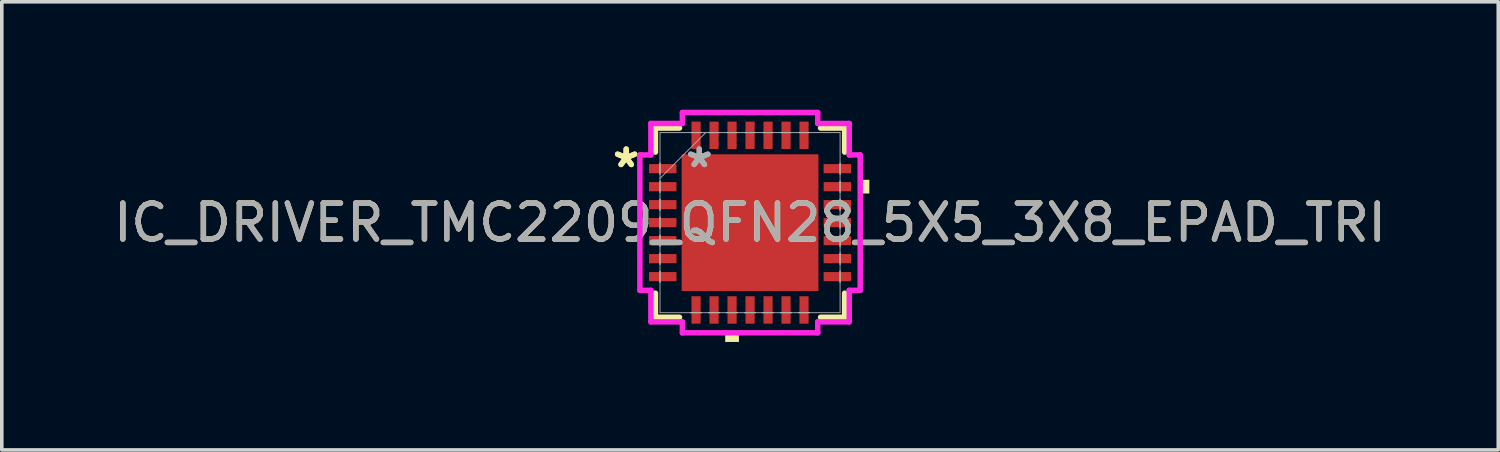
<source format=kicad_pcb>
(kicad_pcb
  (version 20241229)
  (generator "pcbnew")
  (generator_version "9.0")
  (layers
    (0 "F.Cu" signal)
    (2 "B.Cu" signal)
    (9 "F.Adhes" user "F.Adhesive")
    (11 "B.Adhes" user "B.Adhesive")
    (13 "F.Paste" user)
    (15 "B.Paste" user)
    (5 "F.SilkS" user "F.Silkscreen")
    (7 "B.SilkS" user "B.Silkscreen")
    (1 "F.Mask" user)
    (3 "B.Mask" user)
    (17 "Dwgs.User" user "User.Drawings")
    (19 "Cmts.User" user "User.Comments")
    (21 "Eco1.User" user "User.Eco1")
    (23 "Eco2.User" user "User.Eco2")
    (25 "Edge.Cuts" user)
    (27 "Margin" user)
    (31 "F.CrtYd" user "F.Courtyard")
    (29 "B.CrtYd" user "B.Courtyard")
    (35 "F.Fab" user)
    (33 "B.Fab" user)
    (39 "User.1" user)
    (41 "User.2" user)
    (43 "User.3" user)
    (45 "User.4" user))
  (footprint "IC_DRIVER_TMC2209_QFN28_5X5_3X8_EPAD_TRI"
    (layer "F.Cu")
    (at 17.792 3.137)
    (property "Reference" "IC_DRIVER_TMC2209_QFN28_5X5_3X8_EPAD_TRI" (at 0 0 0) (unlocked yes) (layer "F.SilkS") (effects (font (size 1 1) (thickness 0.15))))
    (attr smd)
    (fp_line (start -2.629 -2.629) (end -2.629 -1.96) (stroke (width 0.152) (type solid)) (layer "F.SilkS"))
    (fp_line (start -2.629 1.96) (end -2.629 2.629) (stroke (width 0.152) (type solid)) (layer "F.SilkS"))
    (fp_line (start -2.629 2.629) (end -1.96 2.629) (stroke (width 0.152) (type solid)) (layer "F.SilkS"))
    (fp_line (start -1.96 -2.629) (end -2.629 -2.629) (stroke (width 0.152) (type solid)) (layer "F.SilkS"))
    (fp_line (start 1.96 2.629) (end 2.629 2.629) (stroke (width 0.152) (type solid)) (layer "F.SilkS"))
    (fp_line (start 2.629 -2.629) (end 1.96 -2.629) (stroke (width 0.152) (type solid)) (layer "F.SilkS"))
    (fp_line (start 2.629 -1.96) (end 2.629 -2.629) (stroke (width 0.152) (type solid)) (layer "F.SilkS"))
    (fp_line (start 2.629 2.629) (end 2.629 1.96) (stroke (width 0.152) (type solid)) (layer "F.SilkS"))
    (fp_poly (pts (xy -0.69 3.061) (xy -0.69 3.315) (xy -0.309 3.315) (xy -0.309 3.061)) (stroke (width 0) (type solid)) (fill yes) (layer "F.SilkS"))
    (fp_poly (pts (xy 3.315 -1.191) (xy 3.315 -0.81) (xy 3.061 -0.81) (xy 3.061 -1.191)) (stroke (width 0) (type solid)) (fill yes) (layer "F.SilkS"))
    (fp_line (start -3.061 -1.881) (end -2.756 -1.881) (stroke (width 0.152) (type solid)) (layer "F.CrtYd"))
    (fp_line (start -3.061 1.881) (end -3.061 -1.881) (stroke (width 0.152) (type solid)) (layer "F.CrtYd"))
    (fp_line (start -2.756 -2.756) (end -1.881 -2.756) (stroke (width 0.152) (type solid)) (layer "F.CrtYd"))
    (fp_line (start -2.756 -1.881) (end -2.756 -2.756) (stroke (width 0.152) (type solid)) (layer "F.CrtYd"))
    (fp_line (start -2.756 1.881) (end -3.061 1.881) (stroke (width 0.152) (type solid)) (layer "F.CrtYd"))
    (fp_line (start -2.756 2.756) (end -2.756 1.881) (stroke (width 0.152) (type solid)) (layer "F.CrtYd"))
    (fp_line (start -1.881 -3.061) (end 1.881 -3.061) (stroke (width 0.152) (type solid)) (layer "F.CrtYd"))
    (fp_line (start -1.881 -2.756) (end -1.881 -3.061) (stroke (width 0.152) (type solid)) (layer "F.CrtYd"))
    (fp_line (start -1.881 2.756) (end -2.756 2.756) (stroke (width 0.152) (type solid)) (layer "F.CrtYd"))
    (fp_line (start -1.881 3.061) (end -1.881 2.756) (stroke (width 0.152) (type solid)) (layer "F.CrtYd"))
    (fp_line (start 1.881 -3.061) (end 1.881 -2.756) (stroke (width 0.152) (type solid)) (layer "F.CrtYd"))
    (fp_line (start 1.881 -2.756) (end 2.756 -2.756) (stroke (width 0.152) (type solid)) (layer "F.CrtYd"))
    (fp_line (start 1.881 2.756) (end 1.881 3.061) (stroke (width 0.152) (type solid)) (layer "F.CrtYd"))
    (fp_line (start 1.881 3.061) (end -1.881 3.061) (stroke (width 0.152) (type solid)) (layer "F.CrtYd"))
    (fp_line (start 2.756 -2.756) (end 2.756 -1.881) (stroke (width 0.152) (type solid)) (layer "F.CrtYd"))
    (fp_line (start 2.756 -1.881) (end 3.061 -1.881) (stroke (width 0.152) (type solid)) (layer "F.CrtYd"))
    (fp_line (start 2.756 1.881) (end 2.756 2.756) (stroke (width 0.152) (type solid)) (layer "F.CrtYd"))
    (fp_line (start 2.756 2.756) (end 1.881 2.756) (stroke (width 0.152) (type solid)) (layer "F.CrtYd"))
    (fp_line (start 3.061 -1.881) (end 3.061 1.881) (stroke (width 0.152) (type solid)) (layer "F.CrtYd"))
    (fp_line (start 3.061 1.881) (end 2.756 1.881) (stroke (width 0.152) (type solid)) (layer "F.CrtYd"))
    (fp_line (start -2.502 -2.502) (end -2.502 2.502) (stroke (width 0.025) (type solid)) (layer "F.Fab"))
    (fp_line (start -2.502 -1.652) (end -2.502 -1.652) (stroke (width 0.025) (type solid)) (layer "F.Fab"))
    (fp_line (start -2.502 -1.652) (end -2.502 -1.348) (stroke (width 0.025) (type solid)) (layer "F.Fab"))
    (fp_line (start -2.502 -1.348) (end -2.502 -1.652) (stroke (width 0.025) (type solid)) (layer "F.Fab"))
    (fp_line (start -2.502 -1.348) (end -2.502 -1.348) (stroke (width 0.025) (type solid)) (layer "F.Fab"))
    (fp_line (start -2.502 -1.232) (end -1.232 -2.502) (stroke (width 0.025) (type solid)) (layer "F.Fab"))
    (fp_line (start -2.502 -1.152) (end -2.502 -1.152) (stroke (width 0.025) (type solid)) (layer "F.Fab"))
    (fp_line (start -2.502 -1.152) (end -2.502 -0.848) (stroke (width 0.025) (type solid)) (layer "F.Fab"))
    (fp_line (start -2.502 -0.848) (end -2.502 -1.152) (stroke (width 0.025) (type solid)) (layer "F.Fab"))
    (fp_line (start -2.502 -0.848) (end -2.502 -0.848) (stroke (width 0.025) (type solid)) (layer "F.Fab"))
    (fp_line (start -2.502 -0.652) (end -2.502 -0.652) (stroke (width 0.025) (type solid)) (layer "F.Fab"))
    (fp_line (start -2.502 -0.652) (end -2.502 -0.348) (stroke (width 0.025) (type solid)) (layer "F.Fab"))
    (fp_line (start -2.502 -0.348) (end -2.502 -0.652) (stroke (width 0.025) (type solid)) (layer "F.Fab"))
    (fp_line (start -2.502 -0.348) (end -2.502 -0.348) (stroke (width 0.025) (type solid)) (layer "F.Fab"))
    (fp_line (start -2.502 -0.152) (end -2.502 -0.152) (stroke (width 0.025) (type solid)) (layer "F.Fab"))
    (fp_line (start -2.502 -0.152) (end -2.502 0.152) (stroke (width 0.025) (type solid)) (layer "F.Fab"))
    (fp_line (start -2.502 0.152) (end -2.502 -0.152) (stroke (width 0.025) (type solid)) (layer "F.Fab"))
    (fp_line (start -2.502 0.152) (end -2.502 0.152) (stroke (width 0.025) (type solid)) (layer "F.Fab"))
    (fp_line (start -2.502 0.348) (end -2.502 0.348) (stroke (width 0.025) (type solid)) (layer "F.Fab"))
    (fp_line (start -2.502 0.348) (end -2.502 0.652) (stroke (width 0.025) (type solid)) (layer "F.Fab"))
    (fp_line (start -2.502 0.652) (end -2.502 0.348) (stroke (width 0.025) (type solid)) (layer "F.Fab"))
    (fp_line (start -2.502 0.652) (end -2.502 0.652) (stroke (width 0.025) (type solid)) (layer "F.Fab"))
    (fp_line (start -2.502 0.848) (end -2.502 0.848) (stroke (width 0.025) (type solid)) (layer "F.Fab"))
    (fp_line (start -2.502 0.848) (end -2.502 1.152) (stroke (width 0.025) (type solid)) (layer "F.Fab"))
    (fp_line (start -2.502 1.152) (end -2.502 0.848) (stroke (width 0.025) (type solid)) (layer "F.Fab"))
    (fp_line (start -2.502 1.152) (end -2.502 1.152) (stroke (width 0.025) (type solid)) (layer "F.Fab"))
    (fp_line (start -2.502 1.348) (end -2.502 1.348) (stroke (width 0.025) (type solid)) (layer "F.Fab"))
    (fp_line (start -2.502 1.348) (end -2.502 1.652) (stroke (width 0.025) (type solid)) (layer "F.Fab"))
    (fp_line (start -2.502 1.652) (end -2.502 1.348) (stroke (width 0.025) (type solid)) (layer "F.Fab"))
    (fp_line (start -2.502 1.652) (end -2.502 1.652) (stroke (width 0.025) (type solid)) (layer "F.Fab"))
    (fp_line (start -2.502 2.502) (end 2.502 2.502) (stroke (width 0.025) (type solid)) (layer "F.Fab"))
    (fp_line (start -1.652 -2.502) (end -1.652 -2.502) (stroke (width 0.025) (type solid)) (layer "F.Fab"))
    (fp_line (start -1.652 -2.502) (end -1.348 -2.502) (stroke (width 0.025) (type solid)) (layer "F.Fab"))
    (fp_line (start -1.652 2.502) (end -1.652 2.502) (stroke (width 0.025) (type solid)) (layer "F.Fab"))
    (fp_line (start -1.652 2.502) (end -1.348 2.502) (stroke (width 0.025) (type solid)) (layer "F.Fab"))
    (fp_line (start -1.348 -2.502) (end -1.652 -2.502) (stroke (width 0.025) (type solid)) (layer "F.Fab"))
    (fp_line (start -1.348 -2.502) (end -1.348 -2.502) (stroke (width 0.025) (type solid)) (layer "F.Fab"))
    (fp_line (start -1.348 2.502) (end -1.652 2.502) (stroke (width 0.025) (type solid)) (layer "F.Fab"))
    (fp_line (start -1.348 2.502) (end -1.348 2.502) (stroke (width 0.025) (type solid)) (layer "F.Fab"))
    (fp_line (start -1.152 -2.502) (end -1.152 -2.502) (stroke (width 0.025) (type solid)) (layer "F.Fab"))
    (fp_line (start -1.152 -2.502) (end -0.848 -2.502) (stroke (width 0.025) (type solid)) (layer "F.Fab"))
    (fp_line (start -1.152 2.502) (end -1.152 2.502) (stroke (width 0.025) (type solid)) (layer "F.Fab"))
    (fp_line (start -1.152 2.502) (end -0.848 2.502) (stroke (width 0.025) (type solid)) (layer "F.Fab"))
    (fp_line (start -0.848 -2.502) (end -1.152 -2.502) (stroke (width 0.025) (type solid)) (layer "F.Fab"))
    (fp_line (start -0.848 -2.502) (end -0.848 -2.502) (stroke (width 0.025) (type solid)) (layer "F.Fab"))
    (fp_line (start -0.848 2.502) (end -1.152 2.502) (stroke (width 0.025) (type solid)) (layer "F.Fab"))
    (fp_line (start -0.848 2.502) (end -0.848 2.502) (stroke (width 0.025) (type solid)) (layer "F.Fab"))
    (fp_line (start -0.652 -2.502) (end -0.652 -2.502) (stroke (width 0.025) (type solid)) (layer "F.Fab"))
    (fp_line (start -0.652 -2.502) (end -0.348 -2.502) (stroke (width 0.025) (type solid)) (layer "F.Fab"))
    (fp_line (start -0.652 2.502) (end -0.652 2.502) (stroke (width 0.025) (type solid)) (layer "F.Fab"))
    (fp_line (start -0.652 2.502) (end -0.348 2.502) (stroke (width 0.025) (type solid)) (layer "F.Fab"))
    (fp_line (start -0.348 -2.502) (end -0.652 -2.502) (stroke (width 0.025) (type solid)) (layer "F.Fab"))
    (fp_line (start -0.348 -2.502) (end -0.348 -2.502) (stroke (width 0.025) (type solid)) (layer "F.Fab"))
    (fp_line (start -0.348 2.502) (end -0.652 2.502) (stroke (width 0.025) (type solid)) (layer "F.Fab"))
    (fp_line (start -0.348 2.502) (end -0.348 2.502) (stroke (width 0.025) (type solid)) (layer "F.Fab"))
    (fp_line (start -0.152 -2.502) (end -0.152 -2.502) (stroke (width 0.025) (type solid)) (layer "F.Fab"))
    (fp_line (start -0.152 -2.502) (end 0.152 -2.502) (stroke (width 0.025) (type solid)) (layer "F.Fab"))
    (fp_line (start -0.152 2.502) (end -0.152 2.502) (stroke (width 0.025) (type solid)) (layer "F.Fab"))
    (fp_line (start -0.152 2.502) (end 0.152 2.502) (stroke (width 0.025) (type solid)) (layer "F.Fab"))
    (fp_line (start 0.152 -2.502) (end -0.152 -2.502) (stroke (width 0.025) (type solid)) (layer "F.Fab"))
    (fp_line (start 0.152 -2.502) (end 0.152 -2.502) (stroke (width 0.025) (type solid)) (layer "F.Fab"))
    (fp_line (start 0.152 2.502) (end -0.152 2.502) (stroke (width 0.025) (type solid)) (layer "F.Fab"))
    (fp_line (start 0.152 2.502) (end 0.152 2.502) (stroke (width 0.025) (type solid)) (layer "F.Fab"))
    (fp_line (start 0.348 -2.502) (end 0.348 -2.502) (stroke (width 0.025) (type solid)) (layer "F.Fab"))
    (fp_line (start 0.348 -2.502) (end 0.652 -2.502) (stroke (width 0.025) (type solid)) (layer "F.Fab"))
    (fp_line (start 0.348 2.502) (end 0.348 2.502) (stroke (width 0.025) (type solid)) (layer "F.Fab"))
    (fp_line (start 0.348 2.502) (end 0.652 2.502) (stroke (width 0.025) (type solid)) (layer "F.Fab"))
    (fp_line (start 0.652 -2.502) (end 0.348 -2.502) (stroke (width 0.025) (type solid)) (layer "F.Fab"))
    (fp_line (start 0.652 -2.502) (end 0.652 -2.502) (stroke (width 0.025) (type solid)) (layer "F.Fab"))
    (fp_line (start 0.652 2.502) (end 0.348 2.502) (stroke (width 0.025) (type solid)) (layer "F.Fab"))
    (fp_line (start 0.652 2.502) (end 0.652 2.502) (stroke (width 0.025) (type solid)) (layer "F.Fab"))
    (fp_line (start 0.848 -2.502) (end 0.848 -2.502) (stroke (width 0.025) (type solid)) (layer "F.Fab"))
    (fp_line (start 0.848 -2.502) (end 1.152 -2.502) (stroke (width 0.025) (type solid)) (layer "F.Fab"))
    (fp_line (start 0.848 2.502) (end 0.848 2.502) (stroke (width 0.025) (type solid)) (layer "F.Fab"))
    (fp_line (start 0.848 2.502) (end 1.152 2.502) (stroke (width 0.025) (type solid)) (layer "F.Fab"))
    (fp_line (start 1.152 -2.502) (end 0.848 -2.502) (stroke (width 0.025) (type solid)) (layer "F.Fab"))
    (fp_line (start 1.152 -2.502) (end 1.152 -2.502) (stroke (width 0.025) (type solid)) (layer "F.Fab"))
    (fp_line (start 1.152 2.502) (end 0.848 2.502) (stroke (width 0.025) (type solid)) (layer "F.Fab"))
    (fp_line (start 1.152 2.502) (end 1.152 2.502) (stroke (width 0.025) (type solid)) (layer "F.Fab"))
    (fp_line (start 1.348 -2.502) (end 1.348 -2.502) (stroke (width 0.025) (type solid)) (layer "F.Fab"))
    (fp_line (start 1.348 -2.502) (end 1.652 -2.502) (stroke (width 0.025) (type solid)) (layer "F.Fab"))
    (fp_line (start 1.348 2.502) (end 1.348 2.502) (stroke (width 0.025) (type solid)) (layer "F.Fab"))
    (fp_line (start 1.348 2.502) (end 1.652 2.502) (stroke (width 0.025) (type solid)) (layer "F.Fab"))
    (fp_line (start 1.652 -2.502) (end 1.348 -2.502) (stroke (width 0.025) (type solid)) (layer "F.Fab"))
    (fp_line (start 1.652 -2.502) (end 1.652 -2.502) (stroke (width 0.025) (type solid)) (layer "F.Fab"))
    (fp_line (start 1.652 2.502) (end 1.348 2.502) (stroke (width 0.025) (type solid)) (layer "F.Fab"))
    (fp_line (start 1.652 2.502) (end 1.652 2.502) (stroke (width 0.025) (type solid)) (layer "F.Fab"))
    (fp_line (start 2.502 -2.502) (end -2.502 -2.502) (stroke (width 0.025) (type solid)) (layer "F.Fab"))
    (fp_line (start 2.502 -1.652) (end 2.502 -1.652) (stroke (width 0.025) (type solid)) (layer "F.Fab"))
    (fp_line (start 2.502 -1.652) (end 2.502 -1.348) (stroke (width 0.025) (type solid)) (layer "F.Fab"))
    (fp_line (start 2.502 -1.348) (end 2.502 -1.652) (stroke (width 0.025) (type solid)) (layer "F.Fab"))
    (fp_line (start 2.502 -1.348) (end 2.502 -1.348) (stroke (width 0.025) (type solid)) (layer "F.Fab"))
    (fp_line (start 2.502 -1.152) (end 2.502 -1.152) (stroke (width 0.025) (type solid)) (layer "F.Fab"))
    (fp_line (start 2.502 -1.152) (end 2.502 -0.848) (stroke (width 0.025) (type solid)) (layer "F.Fab"))
    (fp_line (start 2.502 -0.848) (end 2.502 -1.152) (stroke (width 0.025) (type solid)) (layer "F.Fab"))
    (fp_line (start 2.502 -0.848) (end 2.502 -0.848) (stroke (width 0.025) (type solid)) (layer "F.Fab"))
    (fp_line (start 2.502 -0.652) (end 2.502 -0.652) (stroke (width 0.025) (type solid)) (layer "F.Fab"))
    (fp_line (start 2.502 -0.652) (end 2.502 -0.348) (stroke (width 0.025) (type solid)) (layer "F.Fab"))
    (fp_line (start 2.502 -0.348) (end 2.502 -0.652) (stroke (width 0.025) (type solid)) (layer "F.Fab"))
    (fp_line (start 2.502 -0.348) (end 2.502 -0.348) (stroke (width 0.025) (type solid)) (layer "F.Fab"))
    (fp_line (start 2.502 -0.152) (end 2.502 -0.152) (stroke (width 0.025) (type solid)) (layer "F.Fab"))
    (fp_line (start 2.502 -0.152) (end 2.502 0.152) (stroke (width 0.025) (type solid)) (layer "F.Fab"))
    (fp_line (start 2.502 0.152) (end 2.502 -0.152) (stroke (width 0.025) (type solid)) (layer "F.Fab"))
    (fp_line (start 2.502 0.152) (end 2.502 0.152) (stroke (width 0.025) (type solid)) (layer "F.Fab"))
    (fp_line (start 2.502 0.348) (end 2.502 0.348) (stroke (width 0.025) (type solid)) (layer "F.Fab"))
    (fp_line (start 2.502 0.348) (end 2.502 0.652) (stroke (width 0.025) (type solid)) (layer "F.Fab"))
    (fp_line (start 2.502 0.652) (end 2.502 0.348) (stroke (width 0.025) (type solid)) (layer "F.Fab"))
    (fp_line (start 2.502 0.652) (end 2.502 0.652) (stroke (width 0.025) (type solid)) (layer "F.Fab"))
    (fp_line (start 2.502 0.848) (end 2.502 0.848) (stroke (width 0.025) (type solid)) (layer "F.Fab"))
    (fp_line (start 2.502 0.848) (end 2.502 1.152) (stroke (width 0.025) (type solid)) (layer "F.Fab"))
    (fp_line (start 2.502 1.152) (end 2.502 0.848) (stroke (width 0.025) (type solid)) (layer "F.Fab"))
    (fp_line (start 2.502 1.152) (end 2.502 1.152) (stroke (width 0.025) (type solid)) (layer "F.Fab"))
    (fp_line (start 2.502 1.348) (end 2.502 1.348) (stroke (width 0.025) (type solid)) (layer "F.Fab"))
    (fp_line (start 2.502 1.348) (end 2.502 1.652) (stroke (width 0.025) (type solid)) (layer "F.Fab"))
    (fp_line (start 2.502 1.652) (end 2.502 1.348) (stroke (width 0.025) (type solid)) (layer "F.Fab"))
    (fp_line (start 2.502 1.652) (end 2.502 1.652) (stroke (width 0.025) (type solid)) (layer "F.Fab"))
    (fp_line (start 2.502 2.502) (end 2.502 -2.502) (stroke (width 0.025) (type solid)) (layer "F.Fab"))
    (fp_text user "*" (at -3.442 -1.5 0) (unlocked yes) (layer "F.SilkS") (effects (font (size 1 1) (thickness 0.15))))
    (fp_text user "*" (at -3.442 -1.5 0) (layer "F.SilkS") (effects (font (size 1 1) (thickness 0.15))))
    (fp_text user "*" (at -1.41 -1.5 0) (unlocked yes) (layer "F.Fab") (effects (font (size 1 1) (thickness 0.15))))
    (fp_text user "*" (at -1.41 -1.5 0) (layer "F.Fab") (effects (font (size 1 1) (thickness 0.15))))
    (fp_text user "${REFERENCE}" (at 0 0 0) (unlocked yes) (layer "F.Fab") (effects (font (size 1 1) (thickness 0.15))))
    (pad "1" smd rect (at -2.426 -1.5 90) (size 0.254 0.762) (layers "F.Cu" "F.Mask" "F.Paste"))
    (pad "2" smd rect (at -2.426 -1 90) (size 0.254 0.762) (layers "F.Cu" "F.Mask" "F.Paste"))
    (pad "3" smd rect (at -2.426 -0.5 90) (size 0.254 0.762) (layers "F.Cu" "F.Mask" "F.Paste"))
    (pad "4" smd rect (at -2.426 0 90) (size 0.254 0.762) (layers "F.Cu" "F.Mask" "F.Paste"))
    (pad "5" smd rect (at -2.426 0.5 90) (size 0.254 0.762) (layers "F.Cu" "F.Mask" "F.Paste"))
    (pad "6" smd rect (at -2.426 1 90) (size 0.254 0.762) (layers "F.Cu" "F.Mask" "F.Paste"))
    (pad "7" smd rect (at -2.426 1.5 90) (size 0.254 0.762) (layers "F.Cu" "F.Mask" "F.Paste"))
    (pad "8" smd rect (at -1.5 2.426) (size 0.254 0.762) (layers "F.Cu" "F.Mask" "F.Paste"))
    (pad "9" smd rect (at -1 2.426) (size 0.254 0.762) (layers "F.Cu" "F.Mask" "F.Paste"))
    (pad "10" smd rect (at -0.5 2.426) (size 0.254 0.762) (layers "F.Cu" "F.Mask" "F.Paste"))
    (pad "11" smd rect (at 0 2.426) (size 0.254 0.762) (layers "F.Cu" "F.Mask" "F.Paste"))
    (pad "12" smd rect (at 0.5 2.426) (size 0.254 0.762) (layers "F.Cu" "F.Mask" "F.Paste"))
    (pad "13" smd rect (at 1 2.426) (size 0.254 0.762) (layers "F.Cu" "F.Mask" "F.Paste"))
    (pad "14" smd rect (at 1.5 2.426) (size 0.254 0.762) (layers "F.Cu" "F.Mask" "F.Paste"))
    (pad "15" smd rect (at 2.426 1.5 90) (size 0.254 0.762) (layers "F.Cu" "F.Mask" "F.Paste"))
    (pad "16" smd rect (at 2.426 1 90) (size 0.254 0.762) (layers "F.Cu" "F.Mask" "F.Paste"))
    (pad "17" smd rect (at 2.426 0.5 90) (size 0.254 0.762) (layers "F.Cu" "F.Mask" "F.Paste"))
    (pad "18" smd rect (at 2.426 0 90) (size 0.254 0.762) (layers "F.Cu" "F.Mask" "F.Paste"))
    (pad "19" smd rect (at 2.426 -0.5 90) (size 0.254 0.762) (layers "F.Cu" "F.Mask" "F.Paste"))
    (pad "20" smd rect (at 2.426 -1 90) (size 0.254 0.762) (layers "F.Cu" "F.Mask" "F.Paste"))
    (pad "21" smd rect (at 2.426 -1.5 90) (size 0.254 0.762) (layers "F.Cu" "F.Mask" "F.Paste"))
    (pad "22" smd rect (at 1.5 -2.426) (size 0.254 0.762) (layers "F.Cu" "F.Mask" "F.Paste"))
    (pad "23" smd rect (at 1 -2.426) (size 0.254 0.762) (layers "F.Cu" "F.Mask" "F.Paste"))
    (pad "24" smd rect (at 0.5 -2.426) (size 0.254 0.762) (layers "F.Cu" "F.Mask" "F.Paste"))
    (pad "25" smd rect (at 0 -2.426) (size 0.254 0.762) (layers "F.Cu" "F.Mask" "F.Paste"))
    (pad "26" smd rect (at -0.5 -2.426) (size 0.254 0.762) (layers "F.Cu" "F.Mask" "F.Paste"))
    (pad "27" smd rect (at -1 -2.426) (size 0.254 0.762) (layers "F.Cu" "F.Mask" "F.Paste"))
    (pad "28" smd rect (at -1.5 -2.426) (size 0.254 0.762) (layers "F.Cu" "F.Mask" "F.Paste"))
    (pad "29" smd rect (at 0 0) (size 3.8 3.8) (layers "F.Cu" "F.Mask" "F.Paste")))
  (gr_rect
    (start -3 -3)
    (end 38.583 9.452)
    (stroke (width 0.1) (type default))
    (fill no)
    (layer "Edge.Cuts")))
</source>
